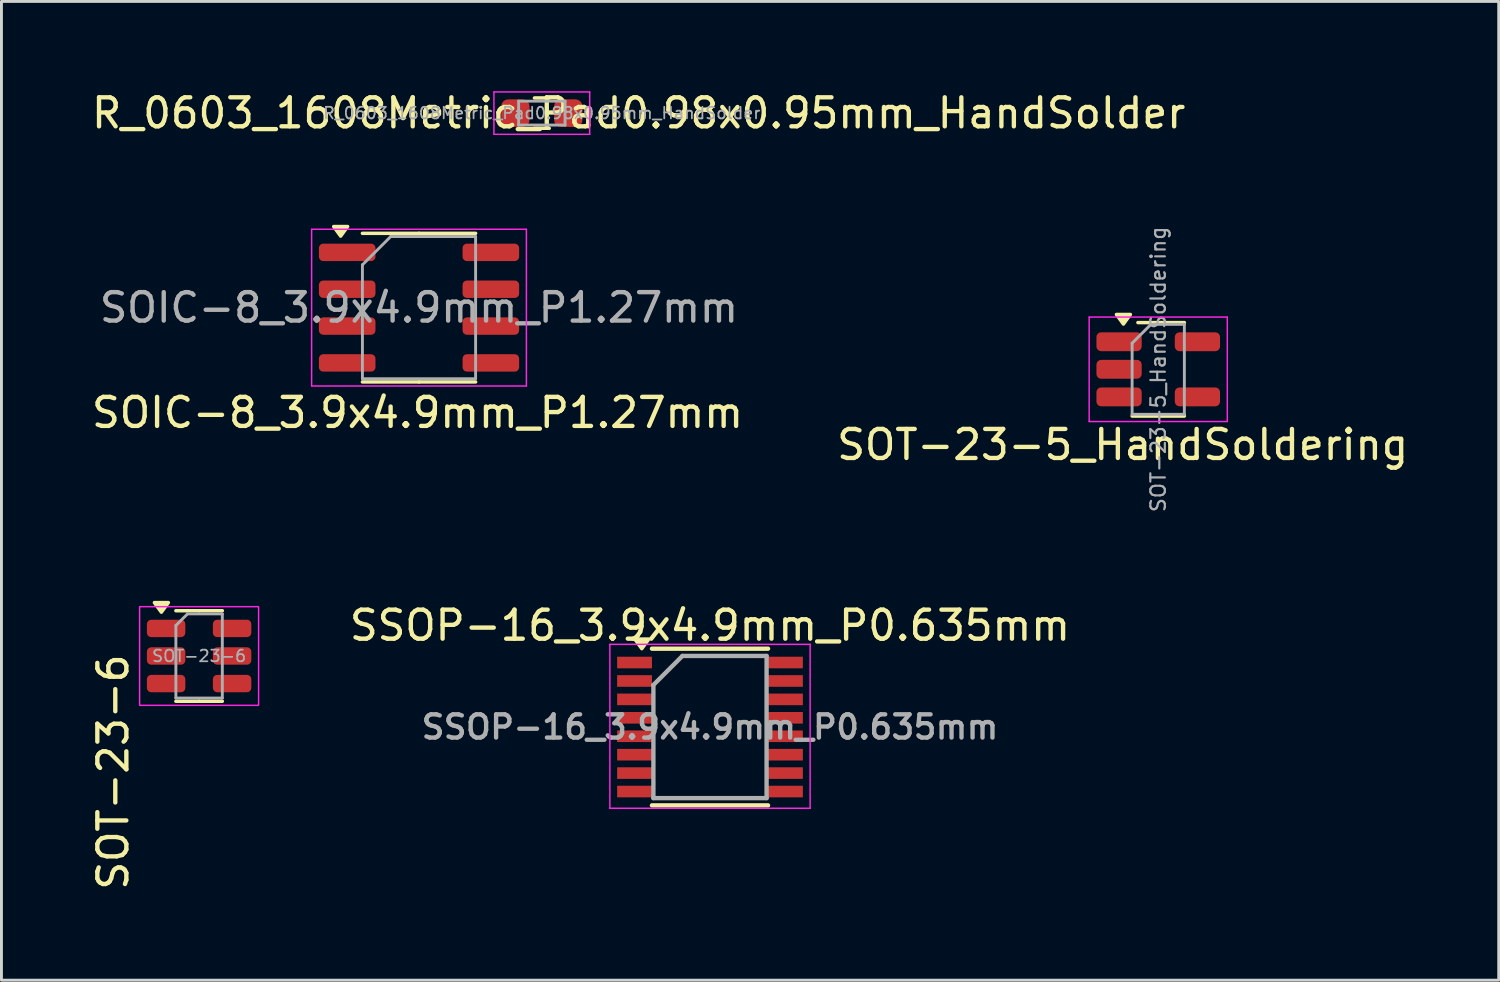
<source format=kicad_pcb>
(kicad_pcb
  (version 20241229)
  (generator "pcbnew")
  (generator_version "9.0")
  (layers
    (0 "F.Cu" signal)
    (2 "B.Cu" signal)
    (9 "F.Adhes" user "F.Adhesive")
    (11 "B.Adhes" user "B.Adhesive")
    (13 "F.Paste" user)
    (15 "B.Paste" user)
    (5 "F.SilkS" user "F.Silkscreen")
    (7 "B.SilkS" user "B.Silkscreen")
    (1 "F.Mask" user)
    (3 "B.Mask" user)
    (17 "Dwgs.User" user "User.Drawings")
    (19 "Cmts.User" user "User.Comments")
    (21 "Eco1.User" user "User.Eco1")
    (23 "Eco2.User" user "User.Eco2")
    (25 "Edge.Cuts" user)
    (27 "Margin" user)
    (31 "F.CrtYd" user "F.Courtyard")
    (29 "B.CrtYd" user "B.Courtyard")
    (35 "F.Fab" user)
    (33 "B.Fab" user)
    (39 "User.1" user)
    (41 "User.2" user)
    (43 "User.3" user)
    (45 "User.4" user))
  (footprint "SSOP-16_3.9x4.9mm_P0.635mm"
    (layer "F.Cu")
    (at 21.416 22.003)
    (property "Reference" "SSOP-16_3.9x4.9mm_P0.635mm" (at 0 -3.5 0) (layer "F.SilkS") (effects (font (size 1 1) (thickness 0.15))))
    (attr smd)
    (fp_line (start -2 -2.7) (end 2 -2.7) (stroke (width 0.15) (type solid)) (layer "F.SilkS"))
    (fp_line (start -2 2.7) (end 2 2.7) (stroke (width 0.15) (type solid)) (layer "F.SilkS"))
    (fp_poly (pts (xy -2.35 -2.7) (xy -2.59 -3.03) (xy -2.11 -3.03) (xy -2.35 -2.7)) (stroke (width 0.12) (type solid)) (fill yes) (layer "F.SilkS"))
    (fp_line (start -3.45 -2.85) (end -3.45 2.8) (stroke (width 0.05) (type solid)) (layer "F.CrtYd"))
    (fp_line (start -3.45 -2.85) (end 3.45 -2.85) (stroke (width 0.05) (type solid)) (layer "F.CrtYd"))
    (fp_line (start -3.45 2.8) (end 3.45 2.8) (stroke (width 0.05) (type solid)) (layer "F.CrtYd"))
    (fp_line (start 3.45 -2.85) (end 3.45 2.8) (stroke (width 0.05) (type solid)) (layer "F.CrtYd"))
    (fp_line (start -1.95 -1.45) (end -0.95 -2.45) (stroke (width 0.15) (type solid)) (layer "F.Fab"))
    (fp_line (start -1.95 2.45) (end -1.95 -1.45) (stroke (width 0.15) (type solid)) (layer "F.Fab"))
    (fp_line (start -0.95 -2.45) (end 1.95 -2.45) (stroke (width 0.15) (type solid)) (layer "F.Fab"))
    (fp_line (start 1.95 -2.45) (end 1.95 2.45) (stroke (width 0.15) (type solid)) (layer "F.Fab"))
    (fp_line (start 1.95 2.45) (end -1.95 2.45) (stroke (width 0.15) (type solid)) (layer "F.Fab"))
    (fp_text user "${REFERENCE}" (at 0 0 0) (layer "F.Fab") (effects (font (size 0.8 0.8) (thickness 0.15))))
    (pad "1" smd rect (at -2.6 -2.223) (size 1.2 0.4) (layers "F.Cu" "F.Mask" "F.Paste"))
    (pad "2" smd rect (at -2.6 -1.587) (size 1.2 0.4) (layers "F.Cu" "F.Mask" "F.Paste"))
    (pad "3" smd rect (at -2.6 -0.953) (size 1.2 0.4) (layers "F.Cu" "F.Mask" "F.Paste"))
    (pad "4" smd rect (at -2.6 -0.318) (size 1.2 0.4) (layers "F.Cu" "F.Mask" "F.Paste"))
    (pad "5" smd rect (at -2.6 0.318) (size 1.2 0.4) (layers "F.Cu" "F.Mask" "F.Paste"))
    (pad "6" smd rect (at -2.6 0.953) (size 1.2 0.4) (layers "F.Cu" "F.Mask" "F.Paste"))
    (pad "7" smd rect (at -2.6 1.587) (size 1.2 0.4) (layers "F.Cu" "F.Mask" "F.Paste"))
    (pad "8" smd rect (at -2.6 2.223) (size 1.2 0.4) (layers "F.Cu" "F.Mask" "F.Paste"))
    (pad "9" smd rect (at 2.6 2.223) (size 1.2 0.4) (layers "F.Cu" "F.Mask" "F.Paste"))
    (pad "10" smd rect (at 2.6 1.587) (size 1.2 0.4) (layers "F.Cu" "F.Mask" "F.Paste"))
    (pad "11" smd rect (at 2.6 0.953) (size 1.2 0.4) (layers "F.Cu" "F.Mask" "F.Paste"))
    (pad "12" smd rect (at 2.6 0.318) (size 1.2 0.4) (layers "F.Cu" "F.Mask" "F.Paste"))
    (pad "13" smd rect (at 2.6 -0.318) (size 1.2 0.4) (layers "F.Cu" "F.Mask" "F.Paste"))
    (pad "14" smd rect (at 2.6 -0.953) (size 1.2 0.4) (layers "F.Cu" "F.Mask" "F.Paste"))
    (pad "15" smd rect (at 2.6 -1.587) (size 1.2 0.4) (layers "F.Cu" "F.Mask" "F.Paste"))
    (pad "16" smd rect (at 2.6 -2.223) (size 1.2 0.4) (layers "F.Cu" "F.Mask" "F.Paste")))
  (footprint "SOT-23-6"
    (layer "F.Cu")
    (at 3.811 19.555)
    (property "Reference" "SOT-23-6" (at -2.962 4 270) (layer "F.SilkS") (effects (font (size 1 1) (thickness 0.15))))
    (attr smd)
    (fp_line (start 0 -1.56) (end -0.8 -1.56) (stroke (width 0.12) (type solid)) (layer "F.SilkS"))
    (fp_line (start 0 -1.56) (end 0.8 -1.56) (stroke (width 0.12) (type solid)) (layer "F.SilkS"))
    (fp_line (start 0 1.56) (end -0.8 1.56) (stroke (width 0.12) (type solid)) (layer "F.SilkS"))
    (fp_line (start 0 1.56) (end 0.8 1.56) (stroke (width 0.12) (type solid)) (layer "F.SilkS"))
    (fp_poly (pts (xy -1.3 -1.51) (xy -1.54 -1.84) (xy -1.06 -1.84)) (stroke (width 0.12) (type solid)) (fill yes) (layer "F.SilkS"))
    (fp_poly (pts (xy -2.05 -1.7) (xy 2.05 -1.7) (xy 2.05 1.7) (xy -2.05 1.7)) (stroke (width 0.05) (type solid)) (fill no) (layer "F.CrtYd"))
    (fp_line (start -0.8 -1.05) (end -0.4 -1.45) (stroke (width 0.1) (type solid)) (layer "F.Fab"))
    (fp_line (start -0.8 1.45) (end -0.8 -1.05) (stroke (width 0.1) (type solid)) (layer "F.Fab"))
    (fp_line (start -0.4 -1.45) (end 0.8 -1.45) (stroke (width 0.1) (type solid)) (layer "F.Fab"))
    (fp_line (start 0.8 -1.45) (end 0.8 1.45) (stroke (width 0.1) (type solid)) (layer "F.Fab"))
    (fp_line (start 0.8 1.45) (end -0.8 1.45) (stroke (width 0.1) (type solid)) (layer "F.Fab"))
    (fp_text user "${REFERENCE}" (at 0 0 180) (layer "F.Fab") (effects (font (size 0.4 0.4) (thickness 0.06))))
    (pad "1" smd roundrect (at -1.137 -0.95) (size 1.325 0.6) (layers "F.Cu" "F.Mask" "F.Paste") (roundrect_rratio 0.25))
    (pad "2" smd roundrect (at -1.137 0) (size 1.325 0.6) (layers "F.Cu" "F.Mask" "F.Paste") (roundrect_rratio 0.25))
    (pad "3" smd roundrect (at -1.137 0.95) (size 1.325 0.6) (layers "F.Cu" "F.Mask" "F.Paste") (roundrect_rratio 0.25))
    (pad "4" smd roundrect (at 1.137 0.95) (size 1.325 0.6) (layers "F.Cu" "F.Mask" "F.Paste") (roundrect_rratio 0.25))
    (pad "5" smd roundrect (at 1.137 0) (size 1.325 0.6) (layers "F.Cu" "F.Mask" "F.Paste") (roundrect_rratio 0.25))
    (pad "6" smd roundrect (at 1.137 -0.95) (size 1.325 0.6) (layers "F.Cu" "F.Mask" "F.Paste") (roundrect_rratio 0.25)))
  (footprint "SOIC-8_3.9x4.9mm_P1.27mm"
    (layer "F.Cu")
    (at 11.389 7.551)
    (property "Reference" "SOIC-8_3.9x4.9mm_P1.27mm" (at -0.05 3.62 0) (layer "F.SilkS") (effects (font (size 1 1) (thickness 0.15))))
    (attr smd)
    (fp_line (start 0 -2.56) (end -1.95 -2.56) (stroke (width 0.12) (type solid)) (layer "F.SilkS"))
    (fp_line (start 0 -2.56) (end 1.95 -2.56) (stroke (width 0.12) (type solid)) (layer "F.SilkS"))
    (fp_line (start 0 2.56) (end -1.95 2.56) (stroke (width 0.12) (type solid)) (layer "F.SilkS"))
    (fp_line (start 0 2.56) (end 1.95 2.56) (stroke (width 0.12) (type solid)) (layer "F.SilkS"))
    (fp_poly (pts (xy -2.7 -2.465) (xy -2.94 -2.795) (xy -2.46 -2.795) (xy -2.7 -2.465)) (stroke (width 0.12) (type solid)) (fill yes) (layer "F.SilkS"))
    (fp_line (start -3.7 -2.7) (end -3.7 2.7) (stroke (width 0.05) (type solid)) (layer "F.CrtYd"))
    (fp_line (start -3.7 2.7) (end 3.7 2.7) (stroke (width 0.05) (type solid)) (layer "F.CrtYd"))
    (fp_line (start 3.7 -2.7) (end -3.7 -2.7) (stroke (width 0.05) (type solid)) (layer "F.CrtYd"))
    (fp_line (start 3.7 2.7) (end 3.7 -2.7) (stroke (width 0.05) (type solid)) (layer "F.CrtYd"))
    (fp_line (start -1.95 -1.475) (end -0.975 -2.45) (stroke (width 0.1) (type solid)) (layer "F.Fab"))
    (fp_line (start -1.95 2.45) (end -1.95 -1.475) (stroke (width 0.1) (type solid)) (layer "F.Fab"))
    (fp_line (start -0.975 -2.45) (end 1.95 -2.45) (stroke (width 0.1) (type solid)) (layer "F.Fab"))
    (fp_line (start 1.95 -2.45) (end 1.95 2.45) (stroke (width 0.1) (type solid)) (layer "F.Fab"))
    (fp_line (start 1.95 2.45) (end -1.95 2.45) (stroke (width 0.1) (type solid)) (layer "F.Fab"))
    (fp_text user "${REFERENCE}" (at 0 0 0) (layer "F.Fab") (effects (font (size 0.98 0.98) (thickness 0.15))))
    (pad "1" smd roundrect (at -2.475 -1.905) (size 1.95 0.6) (layers "F.Cu" "F.Mask" "F.Paste") (roundrect_rratio 0.25))
    (pad "2" smd roundrect (at -2.475 -0.635) (size 1.95 0.6) (layers "F.Cu" "F.Mask" "F.Paste") (roundrect_rratio 0.25))
    (pad "3" smd roundrect (at -2.475 0.635) (size 1.95 0.6) (layers "F.Cu" "F.Mask" "F.Paste") (roundrect_rratio 0.25))
    (pad "4" smd roundrect (at -2.475 1.905) (size 1.95 0.6) (layers "F.Cu" "F.Mask" "F.Paste") (roundrect_rratio 0.25))
    (pad "5" smd roundrect (at 2.475 1.905) (size 1.95 0.6) (layers "F.Cu" "F.Mask" "F.Paste") (roundrect_rratio 0.25))
    (pad "6" smd roundrect (at 2.475 0.635) (size 1.95 0.6) (layers "F.Cu" "F.Mask" "F.Paste") (roundrect_rratio 0.25))
    (pad "7" smd roundrect (at 2.475 -0.635) (size 1.95 0.6) (layers "F.Cu" "F.Mask" "F.Paste") (roundrect_rratio 0.25))
    (pad "8" smd roundrect (at 2.475 -1.905) (size 1.95 0.6) (layers "F.Cu" "F.Mask" "F.Paste") (roundrect_rratio 0.25)))
  (footprint "SOT-23-5_HandSoldering"
    (layer "F.Cu")
    (at 36.862 9.676)
    (property "Reference" "SOT-23-5_HandSoldering" (at -1.225 2.6 0) (layer "F.SilkS") (effects (font (size 1 1) (thickness 0.15))))
    (attr smd)
    (fp_line (start -0.9 1.61) (end 0.9 1.61) (stroke (width 0.12) (type solid)) (layer "F.SilkS"))
    (fp_line (start 0.1 -1.61) (end -0.7 -1.61) (stroke (width 0.12) (type solid)) (layer "F.SilkS"))
    (fp_line (start 0.1 -1.61) (end 0.9 -1.61) (stroke (width 0.12) (type solid)) (layer "F.SilkS"))
    (fp_poly (pts (xy -1.2 -1.56) (xy -1.44 -1.89) (xy -0.96 -1.89) (xy -1.2 -1.56)) (stroke (width 0.12) (type solid)) (fill yes) (layer "F.SilkS"))
    (fp_line (start -2.38 -1.8) (end -2.38 1.8) (stroke (width 0.05) (type solid)) (layer "F.CrtYd"))
    (fp_line (start -2.38 -1.8) (end 2.38 -1.8) (stroke (width 0.05) (type solid)) (layer "F.CrtYd"))
    (fp_line (start 2.38 1.8) (end -2.38 1.8) (stroke (width 0.05) (type solid)) (layer "F.CrtYd"))
    (fp_line (start 2.38 1.8) (end 2.38 -1.8) (stroke (width 0.05) (type solid)) (layer "F.CrtYd"))
    (fp_line (start -0.9 -0.9) (end -0.9 1.55) (stroke (width 0.1) (type solid)) (layer "F.Fab"))
    (fp_line (start -0.9 -0.9) (end -0.25 -1.55) (stroke (width 0.1) (type solid)) (layer "F.Fab"))
    (fp_line (start 0.9 -1.55) (end -0.25 -1.55) (stroke (width 0.1) (type solid)) (layer "F.Fab"))
    (fp_line (start 0.9 -1.55) (end 0.9 1.55) (stroke (width 0.1) (type solid)) (layer "F.Fab"))
    (fp_line (start 0.9 1.55) (end -0.9 1.55) (stroke (width 0.1) (type solid)) (layer "F.Fab"))
    (fp_text user "${REFERENCE}" (at 0 0 90) (layer "F.Fab") (effects (font (size 0.5 0.5) (thickness 0.075))))
    (pad "1" smd roundrect (at -1.35 -0.95) (size 1.56 0.65) (layers "F.Cu" "F.Mask" "F.Paste") (roundrect_rratio 0.25))
    (pad "2" smd roundrect (at -1.35 0) (size 1.56 0.65) (layers "F.Cu" "F.Mask" "F.Paste") (roundrect_rratio 0.25))
    (pad "3" smd roundrect (at -1.35 0.95) (size 1.56 0.65) (layers "F.Cu" "F.Mask" "F.Paste") (roundrect_rratio 0.25))
    (pad "4" smd roundrect (at 1.35 0.95) (size 1.56 0.65) (layers "F.Cu" "F.Mask" "F.Paste") (roundrect_rratio 0.25))
    (pad "5" smd roundrect (at 1.35 -0.95) (size 1.56 0.65) (layers "F.Cu" "F.Mask" "F.Paste") (roundrect_rratio 0.25)))
  (footprint "R_0603_1608Metric_Pad0.98x0.95mm_HandSolder"
    (layer "F.Cu")
    (at 15.621 0.848)
    (property "Reference" "R_0603_1608Metric_Pad0.98x0.95mm_HandSolder" (at 3.337 0 180) (layer "F.SilkS") (effects (font (size 1 1) (thickness 0.15))))
    (attr smd)
    (fp_line (start -0.255 -0.522) (end 0.255 -0.522) (stroke (width 0.12) (type solid)) (layer "F.SilkS"))
    (fp_line (start -0.255 0.522) (end 0.255 0.522) (stroke (width 0.12) (type solid)) (layer "F.SilkS"))
    (fp_line (start -1.65 -0.73) (end 1.65 -0.73) (stroke (width 0.05) (type solid)) (layer "F.CrtYd"))
    (fp_line (start -1.65 0.73) (end -1.65 -0.73) (stroke (width 0.05) (type solid)) (layer "F.CrtYd"))
    (fp_line (start 1.65 -0.73) (end 1.65 0.73) (stroke (width 0.05) (type solid)) (layer "F.CrtYd"))
    (fp_line (start 1.65 0.73) (end -1.65 0.73) (stroke (width 0.05) (type solid)) (layer "F.CrtYd"))
    (fp_line (start -0.8 -0.412) (end 0.8 -0.412) (stroke (width 0.1) (type solid)) (layer "F.Fab"))
    (fp_line (start -0.8 0.412) (end -0.8 -0.412) (stroke (width 0.1) (type solid)) (layer "F.Fab"))
    (fp_line (start 0.8 -0.412) (end 0.8 0.412) (stroke (width 0.1) (type solid)) (layer "F.Fab"))
    (fp_line (start 0.8 0.412) (end -0.8 0.412) (stroke (width 0.1) (type solid)) (layer "F.Fab"))
    (fp_text user "${REFERENCE}" (at 0 0 180) (layer "F.Fab") (effects (font (size 0.4 0.4) (thickness 0.06))))
    (pad "1" smd roundrect (at -0.912 0 180) (size 0.975 0.95) (layers "F.Cu" "F.Mask" "F.Paste") (roundrect_rratio 0.25))
    (pad "2" smd roundrect (at 0.912 0 180) (size 0.975 0.95) (layers "F.Cu" "F.Mask" "F.Paste") (roundrect_rratio 0.25)))
  (gr_rect
    (start -3 -3)
    (end 48.595 30.727)
    (stroke (width 0.1) (type default))
    (fill no)
    (layer "Edge.Cuts")))
</source>
